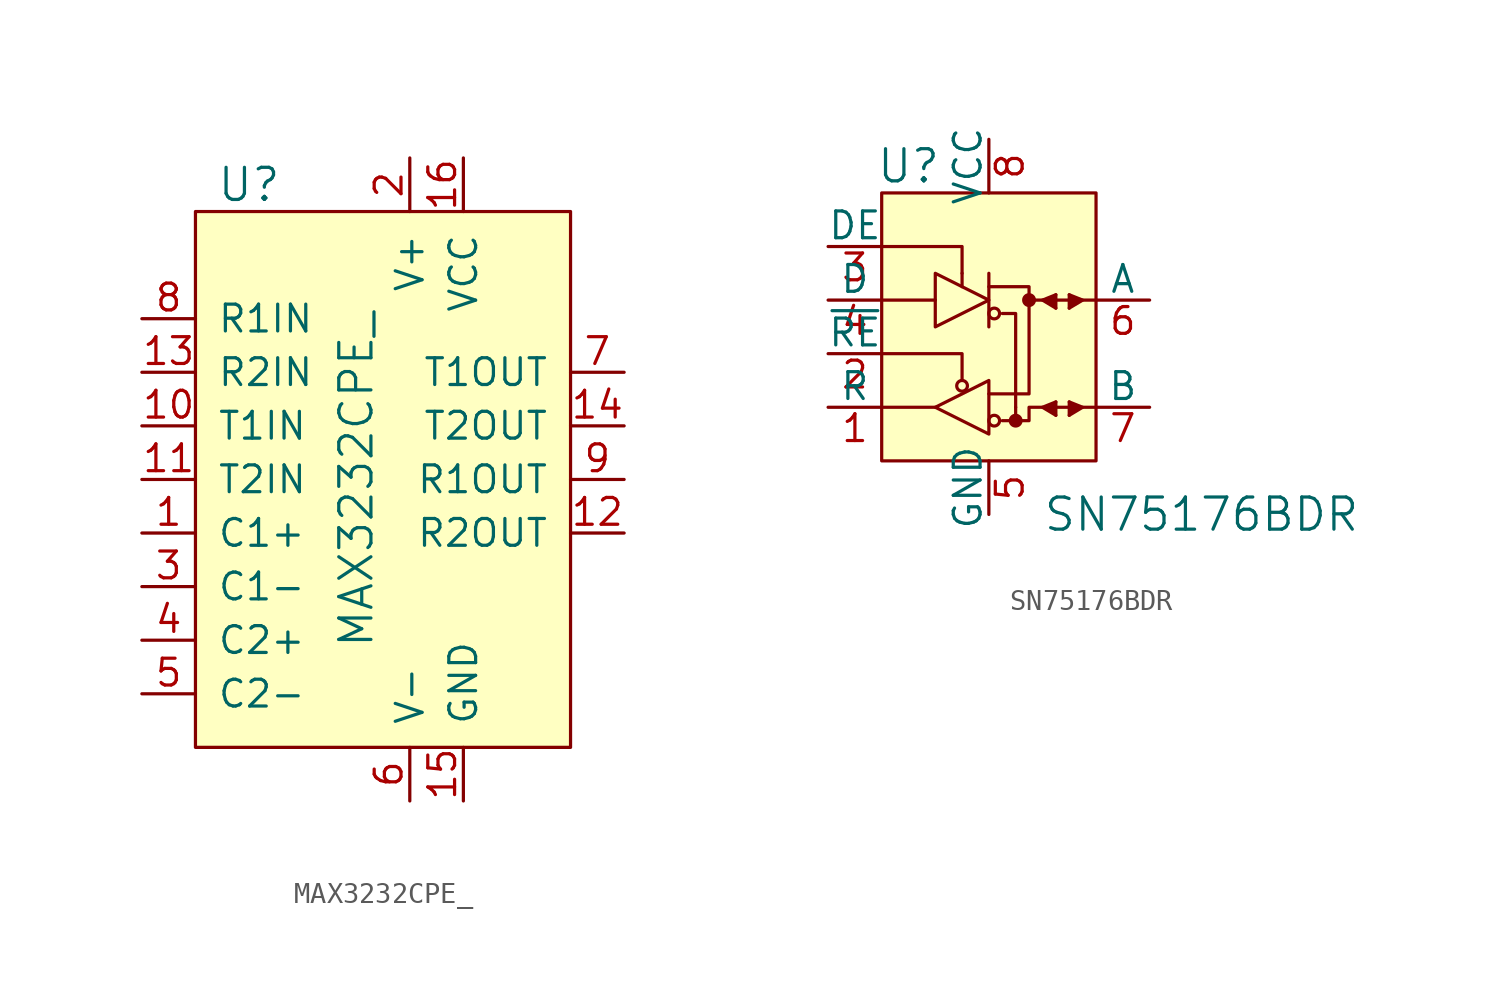
<source format=kicad_sym>
(kicad_symbol_lib
  (version 20211014)
  (generator kicad_symbol_editor)
  (symbol "MAX3232CPE_"
    (pin_names
      (offset 1.016))
    (property "Reference" "U"
      (at -5.08 6.35 0)
      (effects (font (size 1.524 1.524))))
    (property "Value" "MAX3232CPE_"
      (at 0 -7.62 90)
      (effects (font (size 1.524 1.524))))
    (symbol "MAX3232CPE__0_1"
      (rectangle (start -7.62 5.08) (end 10.16 -20.32) (stroke (width 0) (type default) (color 0 0 0 0)) (fill (type background))))
    (symbol "MAX3232CPE__1_1"
      (pin passive line (at -10.16 -10.16 0) (length 2.54) (name "C1+" (effects (font (size 1.27 1.27)))) (number "1" (effects (font (size 1.27 1.27)))))
      (pin input line (at -10.16 -5.08 0) (length 2.54) (name "T1IN" (effects (font (size 1.27 1.27)))) (number "10" (effects (font (size 1.27 1.27)))))
      (pin input line (at -10.16 -7.62 0) (length 2.54) (name "T2IN" (effects (font (size 1.27 1.27)))) (number "11" (effects (font (size 1.27 1.27)))))
      (pin output line (at 12.7 -10.16 180) (length 2.54) (name "R2OUT" (effects (font (size 1.27 1.27)))) (number "12" (effects (font (size 1.27 1.27)))))
      (pin input line (at -10.16 -2.54 0) (length 2.54) (name "R2IN" (effects (font (size 1.27 1.27)))) (number "13" (effects (font (size 1.27 1.27)))))
      (pin output line (at 12.7 -5.08 180) (length 2.54) (name "T2OUT" (effects (font (size 1.27 1.27)))) (number "14" (effects (font (size 1.27 1.27)))))
      (pin power_in line (at 5.08 -22.86 90) (length 2.54) (name "GND" (effects (font (size 1.27 1.27)))) (number "15" (effects (font (size 1.27 1.27)))))
      (pin power_in line (at 5.08 7.62 270) (length 2.54) (name "VCC" (effects (font (size 1.27 1.27)))) (number "16" (effects (font (size 1.27 1.27)))))
      (pin power_in line (at 2.54 7.62 270) (length 2.54) (name "V+" (effects (font (size 1.27 1.27)))) (number "2" (effects (font (size 1.27 1.27)))))
      (pin passive line (at -10.16 -12.7 0) (length 2.54) (name "C1-" (effects (font (size 1.27 1.27)))) (number "3" (effects (font (size 1.27 1.27)))))
      (pin passive line (at -10.16 -15.24 0) (length 2.54) (name "C2+" (effects (font (size 1.27 1.27)))) (number "4" (effects (font (size 1.27 1.27)))))
      (pin passive line (at -10.16 -17.78 0) (length 2.54) (name "C2-" (effects (font (size 1.27 1.27)))) (number "5" (effects (font (size 1.27 1.27)))))
      (pin power_in line (at 2.54 -22.86 90) (length 2.54) (name "V-" (effects (font (size 1.27 1.27)))) (number "6" (effects (font (size 1.27 1.27)))))
      (pin output line (at 12.7 -2.54 180) (length 2.54) (name "T1OUT" (effects (font (size 1.27 1.27)))) (number "7" (effects (font (size 1.27 1.27)))))
      (pin input line (at -10.16 0 0) (length 2.54) (name "R1IN" (effects (font (size 1.27 1.27)))) (number "8" (effects (font (size 1.27 1.27)))))
      (pin output line (at 12.7 -7.62 180) (length 2.54) (name "R1OUT" (effects (font (size 1.27 1.27)))) (number "9" (effects (font (size 1.27 1.27)))))))
  (symbol "SN75176BDR"
    (pin_names
      (offset 0))
    (property "Reference" "U"
      (at -3.81 6.35 0)
      (effects (font (size 1.524 1.524))))
    (property "Value" "SN75176BDR"
      (at 2.54 -10.16 0)
      (effects (font (size 1.524 1.524)) (justify left)))
    (symbol "SN75176BDR_0_1"
      (rectangle (start -5.08 5.08) (end 5.08 -7.62) (stroke (width 0) (type default) (color 0 0 0 0)) (fill (type background)))
      (circle (center -1.27 -4.064) (radius 0.254) (stroke (width 0) (type default) (color 0 0 0 0)) (fill (type none)))
      (polyline (pts (xy -5.08 0) (xy -2.54 0)) (stroke (width 0) (type default) (color 0 0 0 0)) (fill (type none)))
      (polyline (pts (xy -2.54 -5.08) (xy -5.08 -5.08)) (stroke (width 0) (type default) (color 0 0 0 0)) (fill (type none)))
      (polyline (pts (xy -1.27 1.27) (xy -1.27 0.635)) (stroke (width 0) (type default) (color 0 0 0 0)) (fill (type none)))
      (polyline (pts (xy 0 1.27) (xy 0 -1.27)) (stroke (width 0) (type default) (color 0 0 0 0)) (fill (type none)))
      (polyline (pts (xy 1.27 -5.08) (xy 1.27 -5.715)) (stroke (width 0) (type default) (color 0 0 0 0)) (fill (type none)))
      (polyline (pts (xy 3.175 -4.826) (xy 3.175 -5.461)) (stroke (width 0) (type default) (color 0 0 0 0)) (fill (type outline)))
      (polyline (pts (xy 3.175 0.254) (xy 3.175 -0.381)) (stroke (width 0) (type default) (color 0 0 0 0)) (fill (type outline)))
      (polyline (pts (xy 3.81 -5.08) (xy 3.175 -5.08)) (stroke (width 0) (type default) (color 0 0 0 0)) (fill (type none)))
      (polyline (pts (xy 3.81 -4.826) (xy 3.81 -5.461)) (stroke (width 0) (type default) (color 0 0 0 0)) (fill (type outline)))
      (polyline (pts (xy 3.81 0.254) (xy 3.81 -0.381)) (stroke (width 0) (type default) (color 0 0 0 0)) (fill (type outline)))
      (polyline (pts (xy 5.08 -5.08) (xy 4.445 -5.08)) (stroke (width 0) (type default) (color 0 0 0 0)) (fill (type none)))
      (polyline (pts (xy -5.08 -2.54) (xy -1.27 -2.54) (xy -1.27 -3.81)) (stroke (width 0) (type default) (color 0 0 0 0)) (fill (type none)))
      (polyline (pts (xy -1.27 1.27) (xy -1.27 2.54) (xy -5.08 2.54)) (stroke (width 0) (type default) (color 0 0 0 0)) (fill (type none)))
      (polyline (pts (xy 0 0.635) (xy 1.905 0.635) (xy 1.905 0)) (stroke (width 0) (type default) (color 0 0 0 0)) (fill (type none)))
      (polyline (pts (xy 1.27 -5.08) (xy 1.27 -0.635) (xy 0.635 -0.635)) (stroke (width 0) (type default) (color 0 0 0 0)) (fill (type none)))
      (polyline (pts (xy 3.175 -4.826) (xy 2.54 -5.08) (xy 3.175 -5.461)) (stroke (width 0) (type default) (color 0 0 0 0)) (fill (type outline)))
      (polyline (pts (xy 3.175 0.254) (xy 2.54 0) (xy 3.175 -0.381)) (stroke (width 0) (type default) (color 0 0 0 0)) (fill (type outline)))
      (polyline (pts (xy 3.81 -4.826) (xy 4.445 -5.08) (xy 3.81 -5.461)) (stroke (width 0) (type default) (color 0 0 0 0)) (fill (type outline)))
      (polyline (pts (xy 3.81 0.254) (xy 4.445 0) (xy 3.81 -0.381)) (stroke (width 0) (type default) (color 0 0 0 0)) (fill (type outline)))
      (polyline (pts (xy -2.54 1.27) (xy -2.54 -1.27) (xy 0 0) (xy -2.54 1.27)) (stroke (width 0) (type default) (color 0 0 0 0)) (fill (type none)))
      (polyline (pts (xy 0 -3.81) (xy 0 -6.35) (xy -2.54 -5.08) (xy 0 -3.81)) (stroke (width 0) (type default) (color 0 0 0 0)) (fill (type none)))
      (polyline (pts (xy 2.54 -5.08) (xy 1.905 -5.08) (xy 1.905 -5.715) (xy 0.635 -5.715)) (stroke (width 0) (type default) (color 0 0 0 0)) (fill (type none)))
      (polyline (pts (xy 5.08 0) (xy 1.905 0) (xy 1.905 -4.445) (xy 0 -4.445)) (stroke (width 0) (type default) (color 0 0 0 0)) (fill (type none)))
      (circle (center 0.254 -5.715) (radius 0.254) (stroke (width 0) (type default) (color 0 0 0 0)) (fill (type none)))
      (circle (center 0.254 -0.635) (radius 0.254) (stroke (width 0) (type default) (color 0 0 0 0)) (fill (type none)))
      (circle (center 1.27 -5.715) (radius 0.254) (stroke (width 0) (type default) (color 0 0 0 0)) (fill (type outline)))
      (circle (center 1.905 0) (radius 0.254) (stroke (width 0) (type default) (color 0 0 0 0)) (fill (type outline))))
    (symbol "SN75176BDR_1_1"
      (pin output line (at -7.62 -5.08 0) (length 2.54) (name "R" (effects (font (size 1.27 1.27)))) (number "1" (effects (font (size 1.27 1.27)))))
      (pin input line (at -7.62 -2.54 0) (length 2.54) (name "~{RE}" (effects (font (size 1.27 1.27)))) (number "2" (effects (font (size 1.27 1.27)))))
      (pin input line (at -7.62 2.54 0) (length 2.54) (name "DE" (effects (font (size 1.27 1.27)))) (number "3" (effects (font (size 1.27 1.27)))))
      (pin input line (at -7.62 0 0) (length 2.54) (name "D" (effects (font (size 1.27 1.27)))) (number "4" (effects (font (size 1.27 1.27)))))
      (pin power_in line (at 0 -10.16 90) (length 2.54) (name "GND" (effects (font (size 1.27 1.27)))) (number "5" (effects (font (size 1.27 1.27)))))
      (pin bidirectional line (at 7.62 0 180) (length 2.54) (name "A" (effects (font (size 1.27 1.27)))) (number "6" (effects (font (size 1.27 1.27)))))
      (pin bidirectional line (at 7.62 -5.08 180) (length 2.54) (name "B" (effects (font (size 1.27 1.27)))) (number "7" (effects (font (size 1.27 1.27)))))
      (pin power_in line (at 0 7.62 270) (length 2.54) (name "VCC" (effects (font (size 1.27 1.27)))) (number "8" (effects (font (size 1.27 1.27))))))))
</source>
